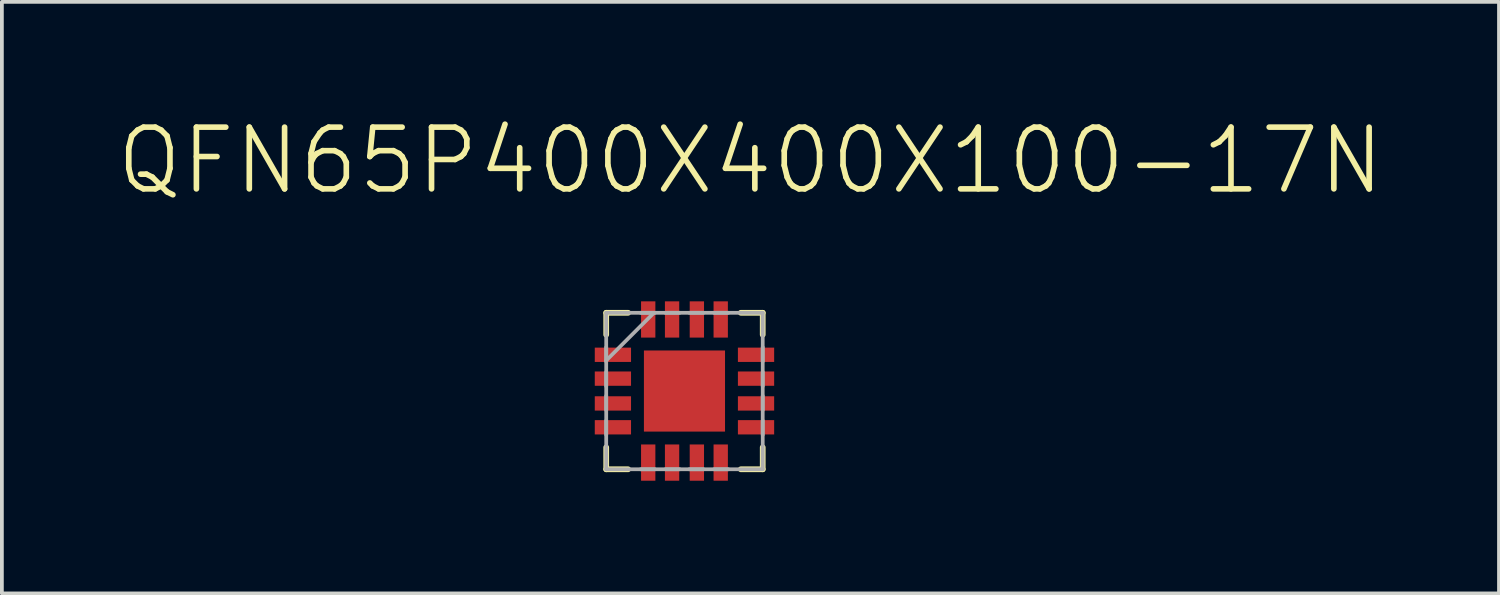
<source format=kicad_pcb>
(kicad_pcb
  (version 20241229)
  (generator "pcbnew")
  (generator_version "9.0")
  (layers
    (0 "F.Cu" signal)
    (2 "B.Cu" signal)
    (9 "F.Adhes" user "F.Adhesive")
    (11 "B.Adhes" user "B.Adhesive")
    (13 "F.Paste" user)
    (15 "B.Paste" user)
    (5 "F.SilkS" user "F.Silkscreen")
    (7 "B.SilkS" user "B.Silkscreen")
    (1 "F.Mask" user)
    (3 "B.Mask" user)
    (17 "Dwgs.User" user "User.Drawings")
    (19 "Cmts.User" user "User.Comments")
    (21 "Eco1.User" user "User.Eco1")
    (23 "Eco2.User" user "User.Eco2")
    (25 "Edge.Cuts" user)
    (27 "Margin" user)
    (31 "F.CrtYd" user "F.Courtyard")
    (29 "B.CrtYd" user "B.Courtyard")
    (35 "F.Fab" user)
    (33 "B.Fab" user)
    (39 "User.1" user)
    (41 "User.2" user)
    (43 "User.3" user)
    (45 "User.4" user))
  (footprint "QFN65P400X400X100-17N"
    (layer "F.Cu")
    (at 15.17 7.359)
    (property "Reference" "QFN65P400X400X100-17N" (at 1.756 -6.134 0) (layer "F.SilkS") (effects (font (size 1.643 1.643) (thickness 0.15))))
    (attr through_hole)
    (fp_line (start -2.083 -2.083) (end -2.083 -1.499) (stroke (width 0.152) (type solid)) (layer "F.SilkS"))
    (fp_line (start -2.083 1.499) (end -2.083 2.083) (stroke (width 0.152) (type solid)) (layer "F.SilkS"))
    (fp_line (start -2.083 2.083) (end -1.499 2.083) (stroke (width 0.152) (type solid)) (layer "F.SilkS"))
    (fp_line (start -1.499 -2.083) (end -2.083 -2.083) (stroke (width 0.152) (type solid)) (layer "F.SilkS"))
    (fp_line (start 1.499 2.083) (end 2.083 2.083) (stroke (width 0.152) (type solid)) (layer "F.SilkS"))
    (fp_line (start 2.083 -2.083) (end 1.499 -2.083) (stroke (width 0.152) (type solid)) (layer "F.SilkS"))
    (fp_line (start 2.083 -1.499) (end 2.083 -2.083) (stroke (width 0.152) (type solid)) (layer "F.SilkS"))
    (fp_line (start 2.083 2.083) (end 2.083 1.499) (stroke (width 0.152) (type solid)) (layer "F.SilkS"))
    (fp_line (start -2.083 -2.083) (end -2.083 2.083) (stroke (width 0.1) (type solid)) (layer "F.Fab"))
    (fp_line (start -2.083 -1.168) (end -2.083 -0.787) (stroke (width 0.1) (type solid)) (layer "F.Fab"))
    (fp_line (start -2.083 -0.813) (end -0.813 -2.083) (stroke (width 0.1) (type solid)) (layer "F.Fab"))
    (fp_line (start -2.083 -0.508) (end -2.083 -0.127) (stroke (width 0.1) (type solid)) (layer "F.Fab"))
    (fp_line (start -2.083 0.127) (end -2.083 0.508) (stroke (width 0.1) (type solid)) (layer "F.Fab"))
    (fp_line (start -2.083 0.787) (end -2.083 1.168) (stroke (width 0.1) (type solid)) (layer "F.Fab"))
    (fp_line (start -2.083 2.083) (end 2.083 2.083) (stroke (width 0.1) (type solid)) (layer "F.Fab"))
    (fp_line (start -1.168 2.083) (end -0.787 2.083) (stroke (width 0.1) (type solid)) (layer "F.Fab"))
    (fp_line (start -0.787 -2.083) (end -1.168 -2.083) (stroke (width 0.1) (type solid)) (layer "F.Fab"))
    (fp_line (start -0.508 2.083) (end -0.127 2.083) (stroke (width 0.1) (type solid)) (layer "F.Fab"))
    (fp_line (start -0.127 -2.083) (end -0.508 -2.083) (stroke (width 0.1) (type solid)) (layer "F.Fab"))
    (fp_line (start 0.127 2.083) (end 0.508 2.083) (stroke (width 0.1) (type solid)) (layer "F.Fab"))
    (fp_line (start 0.508 -2.083) (end 0.127 -2.083) (stroke (width 0.1) (type solid)) (layer "F.Fab"))
    (fp_line (start 0.787 2.083) (end 1.168 2.083) (stroke (width 0.1) (type solid)) (layer "F.Fab"))
    (fp_line (start 1.168 -2.083) (end 0.787 -2.083) (stroke (width 0.1) (type solid)) (layer "F.Fab"))
    (fp_line (start 2.083 -2.083) (end -2.083 -2.083) (stroke (width 0.1) (type solid)) (layer "F.Fab"))
    (fp_line (start 2.083 -0.787) (end 2.083 -1.168) (stroke (width 0.1) (type solid)) (layer "F.Fab"))
    (fp_line (start 2.083 -0.127) (end 2.083 -0.508) (stroke (width 0.1) (type solid)) (layer "F.Fab"))
    (fp_line (start 2.083 0.508) (end 2.083 0.127) (stroke (width 0.1) (type solid)) (layer "F.Fab"))
    (fp_line (start 2.083 1.168) (end 2.083 0.787) (stroke (width 0.1) (type solid)) (layer "F.Fab"))
    (fp_line (start 2.083 2.083) (end 2.083 -2.083) (stroke (width 0.1) (type solid)) (layer "F.Fab"))
    (pad "1" smd rect (at -1.905 -0.965) (size 0.965 0.381) (layers "F.Cu" "F.Mask" "F.Paste"))
    (pad "2" smd rect (at -1.905 -0.33) (size 0.965 0.381) (layers "F.Cu" "F.Mask" "F.Paste"))
    (pad "3" smd rect (at -1.905 0.33) (size 0.965 0.381) (layers "F.Cu" "F.Mask" "F.Paste"))
    (pad "4" smd rect (at -1.905 0.965) (size 0.965 0.381) (layers "F.Cu" "F.Mask" "F.Paste"))
    (pad "5" smd rect (at -0.965 1.905) (size 0.381 0.965) (layers "F.Cu" "F.Mask" "F.Paste"))
    (pad "6" smd rect (at -0.33 1.905) (size 0.381 0.965) (layers "F.Cu" "F.Mask" "F.Paste"))
    (pad "7" smd rect (at 0.33 1.905) (size 0.381 0.965) (layers "F.Cu" "F.Mask" "F.Paste"))
    (pad "8" smd rect (at 0.965 1.905) (size 0.381 0.965) (layers "F.Cu" "F.Mask" "F.Paste"))
    (pad "9" smd rect (at 1.905 0.965) (size 0.965 0.381) (layers "F.Cu" "F.Mask" "F.Paste"))
    (pad "10" smd rect (at 1.905 0.33) (size 0.965 0.381) (layers "F.Cu" "F.Mask" "F.Paste"))
    (pad "11" smd rect (at 1.905 -0.33) (size 0.965 0.381) (layers "F.Cu" "F.Mask" "F.Paste"))
    (pad "12" smd rect (at 1.905 -0.965) (size 0.965 0.381) (layers "F.Cu" "F.Mask" "F.Paste"))
    (pad "13" smd rect (at 0.965 -1.905) (size 0.381 0.965) (layers "F.Cu" "F.Mask" "F.Paste"))
    (pad "14" smd rect (at 0.33 -1.905) (size 0.381 0.965) (layers "F.Cu" "F.Mask" "F.Paste"))
    (pad "15" smd rect (at -0.33 -1.905) (size 0.381 0.965) (layers "F.Cu" "F.Mask" "F.Paste"))
    (pad "16" smd rect (at -0.965 -1.905) (size 0.381 0.965) (layers "F.Cu" "F.Mask" "F.Paste"))
    (pad "17" smd rect (at 0 0) (size 2.159 2.159) (layers "F.Cu" "F.Mask" "F.Paste")))
  (gr_rect
    (start -3 -3)
    (end 36.852 12.747)
    (stroke (width 0.1) (type default))
    (fill no)
    (layer "Edge.Cuts")))
</source>
